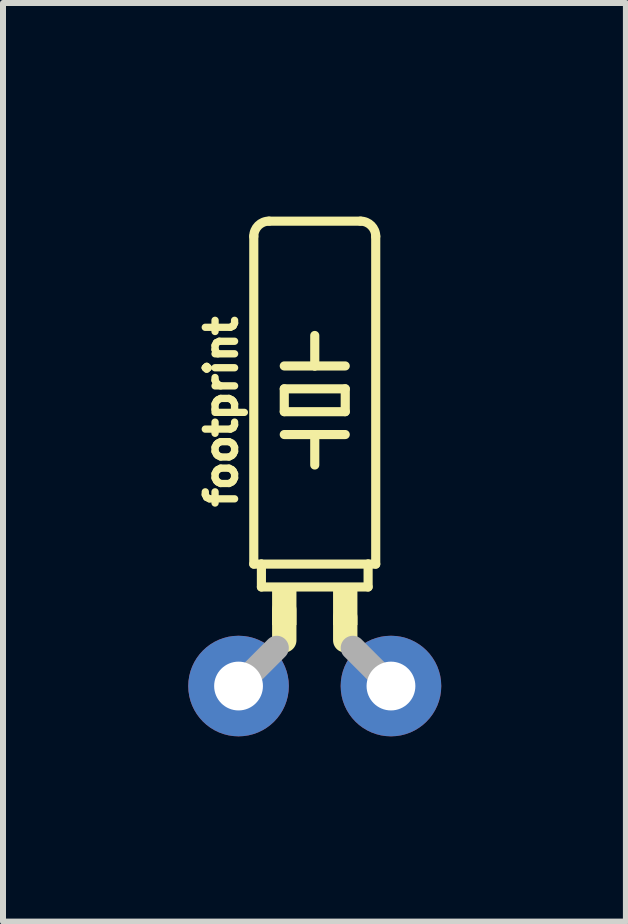
<source format=kicad_pcb>
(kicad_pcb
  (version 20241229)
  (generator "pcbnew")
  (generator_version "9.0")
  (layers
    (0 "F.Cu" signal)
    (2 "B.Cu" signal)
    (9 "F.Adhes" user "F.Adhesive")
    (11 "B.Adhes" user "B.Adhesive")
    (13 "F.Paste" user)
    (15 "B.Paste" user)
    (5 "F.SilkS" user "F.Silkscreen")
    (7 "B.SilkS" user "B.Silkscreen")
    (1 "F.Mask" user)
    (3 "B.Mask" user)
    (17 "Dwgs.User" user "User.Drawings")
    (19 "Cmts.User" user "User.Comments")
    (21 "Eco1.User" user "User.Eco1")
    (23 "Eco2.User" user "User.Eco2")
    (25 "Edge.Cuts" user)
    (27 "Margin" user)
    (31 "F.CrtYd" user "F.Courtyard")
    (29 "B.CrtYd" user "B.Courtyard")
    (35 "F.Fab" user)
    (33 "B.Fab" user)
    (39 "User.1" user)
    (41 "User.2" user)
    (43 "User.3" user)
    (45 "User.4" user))
  (footprint "footprint"
    (layer "F.Cu")
    (at 2.195 8.382)
    (property "Reference" "footprint" (at -1.27 -4.572 90) (layer "F.SilkS") (effects (font (size 0.488 0.488) (thickness 0.122)) (justify bottom)))
    (fp_circle (center -1.27 0) (end -1.016 0) (stroke (width 0.508) (type solid)) (fill yes) (layer "F.Mask"))
    (fp_circle (center 1.27 0) (end 1.524 0) (stroke (width 0.508) (type solid)) (fill yes) (layer "F.Mask"))
    (fp_circle (center -1.27 0) (end -0.808 0) (stroke (width 0.925) (type solid)) (fill yes) (layer "B.Mask"))
    (fp_circle (center 1.27 0) (end 1.728 0) (stroke (width 0.916) (type solid)) (fill yes) (layer "B.Mask"))
    (fp_line (start -1.016 -2.032) (end -1.016 -7.493) (stroke (width 0.152) (type solid)) (layer "F.SilkS"))
    (fp_line (start -1.016 -2.032) (end -0.889 -2.032) (stroke (width 0.152) (type solid)) (layer "F.SilkS"))
    (fp_line (start -0.889 -1.651) (end -0.889 -2.032) (stroke (width 0.152) (type solid)) (layer "F.SilkS"))
    (fp_line (start -0.889 -1.651) (end 0.889 -1.651) (stroke (width 0.152) (type solid)) (layer "F.SilkS"))
    (fp_line (start -0.762 -7.747) (end 0.762 -7.747) (stroke (width 0.152) (type solid)) (layer "F.SilkS"))
    (fp_line (start -0.508 -5.334) (end 0 -5.334) (stroke (width 0.152) (type solid)) (layer "F.SilkS"))
    (fp_line (start -0.508 -4.953) (end -0.508 -4.572) (stroke (width 0.152) (type solid)) (layer "F.SilkS"))
    (fp_line (start -0.508 -4.953) (end 0.508 -4.953) (stroke (width 0.152) (type solid)) (layer "F.SilkS"))
    (fp_line (start -0.508 -4.191) (end 0 -4.191) (stroke (width 0.152) (type solid)) (layer "F.SilkS"))
    (fp_line (start -0.508 -0.762) (end -0.508 -1.27) (stroke (width 0.406) (type solid)) (layer "F.SilkS"))
    (fp_line (start 0 -5.334) (end 0 -5.842) (stroke (width 0.152) (type solid)) (layer "F.SilkS"))
    (fp_line (start 0 -5.334) (end 0.508 -5.334) (stroke (width 0.152) (type solid)) (layer "F.SilkS"))
    (fp_line (start 0 -4.191) (end 0 -3.683) (stroke (width 0.152) (type solid)) (layer "F.SilkS"))
    (fp_line (start 0 -4.191) (end 0.508 -4.191) (stroke (width 0.152) (type solid)) (layer "F.SilkS"))
    (fp_line (start 0.508 -4.572) (end -0.508 -4.572) (stroke (width 0.152) (type solid)) (layer "F.SilkS"))
    (fp_line (start 0.508 -4.572) (end 0.508 -4.953) (stroke (width 0.152) (type solid)) (layer "F.SilkS"))
    (fp_line (start 0.508 -0.762) (end 0.508 -1.143) (stroke (width 0.406) (type solid)) (layer "F.SilkS"))
    (fp_line (start 0.889 -2.032) (end -0.889 -2.032) (stroke (width 0.152) (type solid)) (layer "F.SilkS"))
    (fp_line (start 0.889 -1.651) (end 0.889 -2.032) (stroke (width 0.152) (type solid)) (layer "F.SilkS"))
    (fp_line (start 1.016 -2.032) (end 0.889 -2.032) (stroke (width 0.152) (type solid)) (layer "F.SilkS"))
    (fp_line (start 1.016 -2.032) (end 1.016 -7.493) (stroke (width 0.152) (type solid)) (layer "F.SilkS"))
    (fp_arc (start -1.016 -7.493) (mid -0.941605 -7.672605) (end -0.762 -7.747) (stroke (width 0.1524) (type solid)) (layer "F.SilkS"))
    (fp_arc (start 0.762 -7.747) (mid 0.941605 -7.672605) (end 1.016 -7.493) (stroke (width 0.1524) (type solid)) (layer "F.SilkS"))
    (fp_poly (pts (xy -0.711 -1.016) (xy -0.305 -1.016) (xy -0.305 -1.6) (xy -0.711 -1.6)) (stroke (width 0) (type solid)) (fill yes) (layer "F.SilkS"))
    (fp_poly (pts (xy 0.305 -1.016) (xy 0.711 -1.016) (xy 0.711 -1.6) (xy 0.305 -1.6)) (stroke (width 0) (type solid)) (fill yes) (layer "F.SilkS"))
    (fp_line (start -0.635 -0.635) (end -1.27 0) (stroke (width 0.406) (type solid)) (layer "F.Fab"))
    (fp_line (start 0.635 -0.635) (end 1.27 0) (stroke (width 0.406) (type solid)) (layer "F.Fab"))
    (pad "1" thru_hole circle (at -1.27 0) (size 1.676 1.676) (drill 0.813) (layers "*.Cu"))
    (pad "2" thru_hole circle (at 1.27 0) (size 1.676 1.676) (drill 0.813) (layers "*.Cu"))
    (zone (net_name "") (layers "F.Cu" "B.Cu") (hatch edge 0.508) (connect_pads) (min_thickness 0.254) (filled_areas_thickness no) (keepout (tracks allowed) (vias not_allowed) (pads allowed) (copperpour allowed) (footprints allowed)) (placement (enabled no)) (fill) (polygon (pts (xy 0.417 7.62) (xy 3.973 7.62) (xy 3.973 0) (xy 0.417 0)))))
  (gr_rect
    (start -3 -3)
    (end 7.38 12.307)
    (stroke (width 0.1) (type default))
    (fill no)
    (layer "Edge.Cuts")))
</source>
